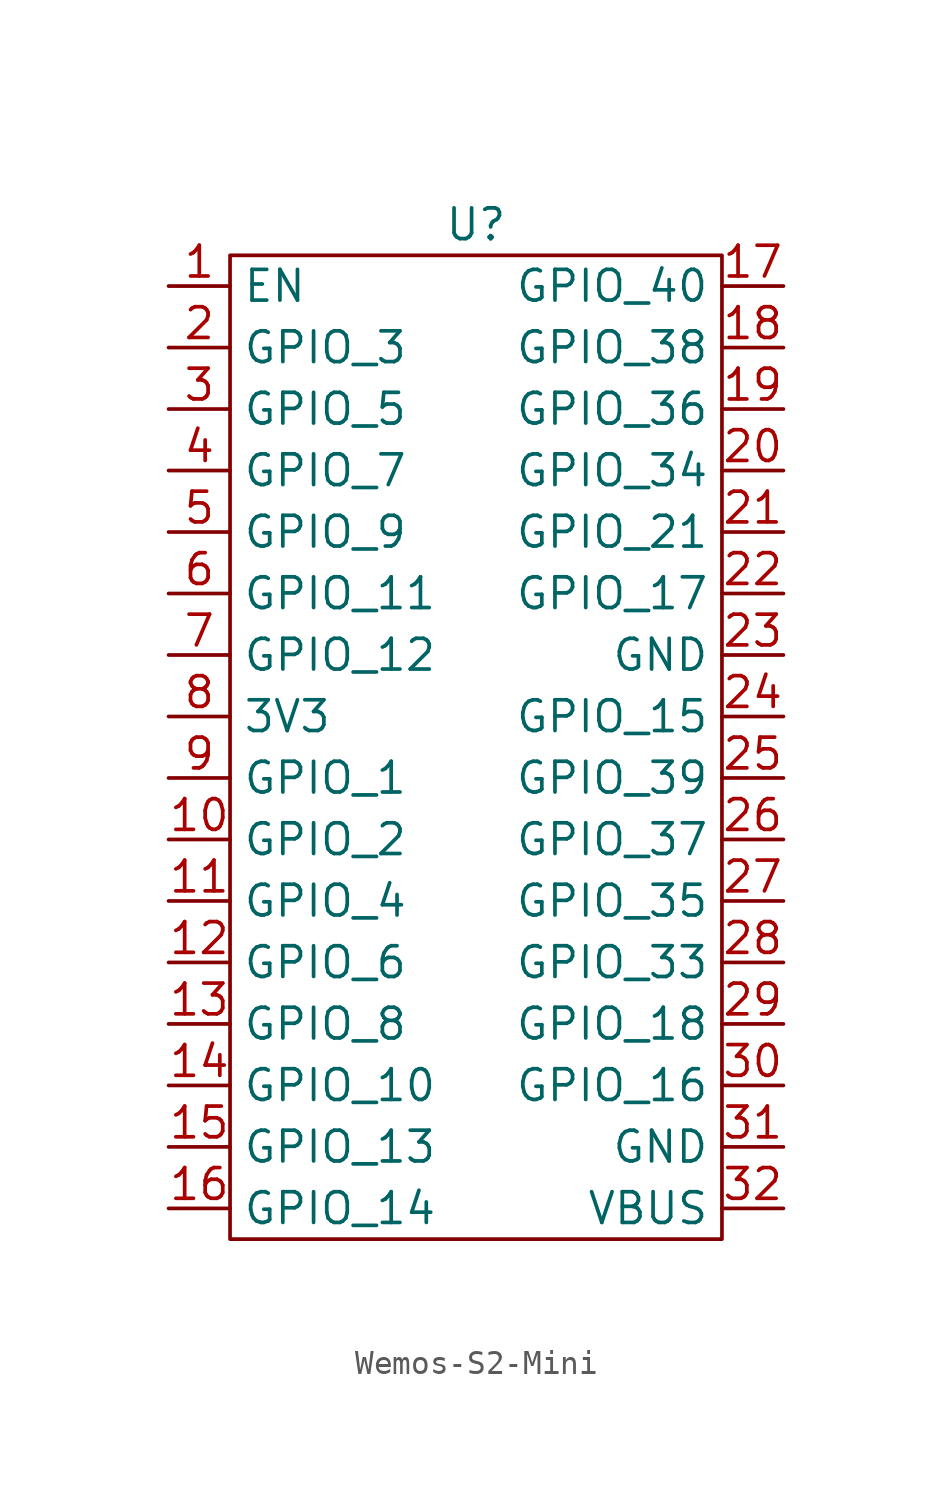
<source format=kicad_sym>
(kicad_symbol_lib
  (version 20220914)
  (generator kicad_symbol_editor)
  (symbol "Wemos-S2-Mini"
    (property "Reference" "U"
      (at 0 0 0)
      (effects (font (size 1.27 1.27))))
    (property "Value" ""
      (at 0 0 0)
      (effects (font (size 1.27 1.27))))
    (symbol "Wemos-S2-Mini_0_1"
      (rectangle (start -10.16 -1.27) (end 10.16 -41.91) (stroke (width 0) (type default)) (fill (type none))))
    (symbol "Wemos-S2-Mini_1_1"
      (pin bidirectional line (at -12.7 -2.54 0) (length 2.54) (name "EN" (effects (font (size 1.27 1.27)))) (number "1" (effects (font (size 1.27 1.27)))))
      (pin bidirectional line (at -12.7 -25.4 0) (length 2.54) (name "GPIO_2" (effects (font (size 1.27 1.27)))) (number "10" (effects (font (size 1.27 1.27)))))
      (pin bidirectional line (at -12.7 -27.94 0) (length 2.54) (name "GPIO_4" (effects (font (size 1.27 1.27)))) (number "11" (effects (font (size 1.27 1.27)))))
      (pin bidirectional line (at -12.7 -30.48 0) (length 2.54) (name "GPIO_6" (effects (font (size 1.27 1.27)))) (number "12" (effects (font (size 1.27 1.27)))))
      (pin bidirectional line (at -12.7 -33.02 0) (length 2.54) (name "GPIO_8" (effects (font (size 1.27 1.27)))) (number "13" (effects (font (size 1.27 1.27)))))
      (pin bidirectional line (at -12.7 -35.56 0) (length 2.54) (name "GPIO_10" (effects (font (size 1.27 1.27)))) (number "14" (effects (font (size 1.27 1.27)))))
      (pin bidirectional line (at -12.7 -38.1 0) (length 2.54) (name "GPIO_13" (effects (font (size 1.27 1.27)))) (number "15" (effects (font (size 1.27 1.27)))))
      (pin bidirectional line (at -12.7 -40.64 0) (length 2.54) (name "GPIO_14" (effects (font (size 1.27 1.27)))) (number "16" (effects (font (size 1.27 1.27)))))
      (pin bidirectional line (at 12.7 -2.54 180) (length 2.54) (name "GPIO_40" (effects (font (size 1.27 1.27)))) (number "17" (effects (font (size 1.27 1.27)))))
      (pin bidirectional line (at 12.7 -5.08 180) (length 2.54) (name "GPIO_38" (effects (font (size 1.27 1.27)))) (number "18" (effects (font (size 1.27 1.27)))))
      (pin bidirectional line (at 12.7 -7.62 180) (length 2.54) (name "GPIO_36" (effects (font (size 1.27 1.27)))) (number "19" (effects (font (size 1.27 1.27)))))
      (pin bidirectional line (at -12.7 -5.08 0) (length 2.54) (name "GPIO_3" (effects (font (size 1.27 1.27)))) (number "2" (effects (font (size 1.27 1.27)))))
      (pin bidirectional line (at 12.7 -10.16 180) (length 2.54) (name "GPIO_34" (effects (font (size 1.27 1.27)))) (number "20" (effects (font (size 1.27 1.27)))))
      (pin bidirectional line (at 12.7 -12.7 180) (length 2.54) (name "GPIO_21" (effects (font (size 1.27 1.27)))) (number "21" (effects (font (size 1.27 1.27)))))
      (pin bidirectional line (at 12.7 -15.24 180) (length 2.54) (name "GPIO_17" (effects (font (size 1.27 1.27)))) (number "22" (effects (font (size 1.27 1.27)))))
      (pin bidirectional line (at 12.7 -17.78 180) (length 2.54) (name "GND" (effects (font (size 1.27 1.27)))) (number "23" (effects (font (size 1.27 1.27)))))
      (pin bidirectional line (at 12.7 -20.32 180) (length 2.54) (name "GPIO_15" (effects (font (size 1.27 1.27)))) (number "24" (effects (font (size 1.27 1.27)))))
      (pin bidirectional line (at 12.7 -22.86 180) (length 2.54) (name "GPIO_39" (effects (font (size 1.27 1.27)))) (number "25" (effects (font (size 1.27 1.27)))))
      (pin bidirectional line (at 12.7 -25.4 180) (length 2.54) (name "GPIO_37" (effects (font (size 1.27 1.27)))) (number "26" (effects (font (size 1.27 1.27)))))
      (pin bidirectional line (at 12.7 -27.94 180) (length 2.54) (name "GPIO_35" (effects (font (size 1.27 1.27)))) (number "27" (effects (font (size 1.27 1.27)))))
      (pin bidirectional line (at 12.7 -30.48 180) (length 2.54) (name "GPIO_33" (effects (font (size 1.27 1.27)))) (number "28" (effects (font (size 1.27 1.27)))))
      (pin bidirectional line (at 12.7 -33.02 180) (length 2.54) (name "GPIO_18" (effects (font (size 1.27 1.27)))) (number "29" (effects (font (size 1.27 1.27)))))
      (pin bidirectional line (at -12.7 -7.62 0) (length 2.54) (name "GPIO_5" (effects (font (size 1.27 1.27)))) (number "3" (effects (font (size 1.27 1.27)))))
      (pin bidirectional line (at 12.7 -35.56 180) (length 2.54) (name "GPIO_16" (effects (font (size 1.27 1.27)))) (number "30" (effects (font (size 1.27 1.27)))))
      (pin bidirectional line (at 12.7 -38.1 180) (length 2.54) (name "GND" (effects (font (size 1.27 1.27)))) (number "31" (effects (font (size 1.27 1.27)))))
      (pin power_out line (at 12.7 -40.64 180) (length 2.54) (name "VBUS" (effects (font (size 1.27 1.27)))) (number "32" (effects (font (size 1.27 1.27)))))
      (pin bidirectional line (at -12.7 -10.16 0) (length 2.54) (name "GPIO_7" (effects (font (size 1.27 1.27)))) (number "4" (effects (font (size 1.27 1.27)))))
      (pin bidirectional line (at -12.7 -12.7 0) (length 2.54) (name "GPIO_9" (effects (font (size 1.27 1.27)))) (number "5" (effects (font (size 1.27 1.27)))))
      (pin bidirectional line (at -12.7 -15.24 0) (length 2.54) (name "GPIO_11" (effects (font (size 1.27 1.27)))) (number "6" (effects (font (size 1.27 1.27)))))
      (pin bidirectional line (at -12.7 -17.78 0) (length 2.54) (name "GPIO_12" (effects (font (size 1.27 1.27)))) (number "7" (effects (font (size 1.27 1.27)))))
      (pin bidirectional line (at -12.7 -20.32 0) (length 2.54) (name "3V3" (effects (font (size 1.27 1.27)))) (number "8" (effects (font (size 1.27 1.27)))))
      (pin bidirectional line (at -12.7 -22.86 0) (length 2.54) (name "GPIO_1" (effects (font (size 1.27 1.27)))) (number "9" (effects (font (size 1.27 1.27))))))))
</source>
